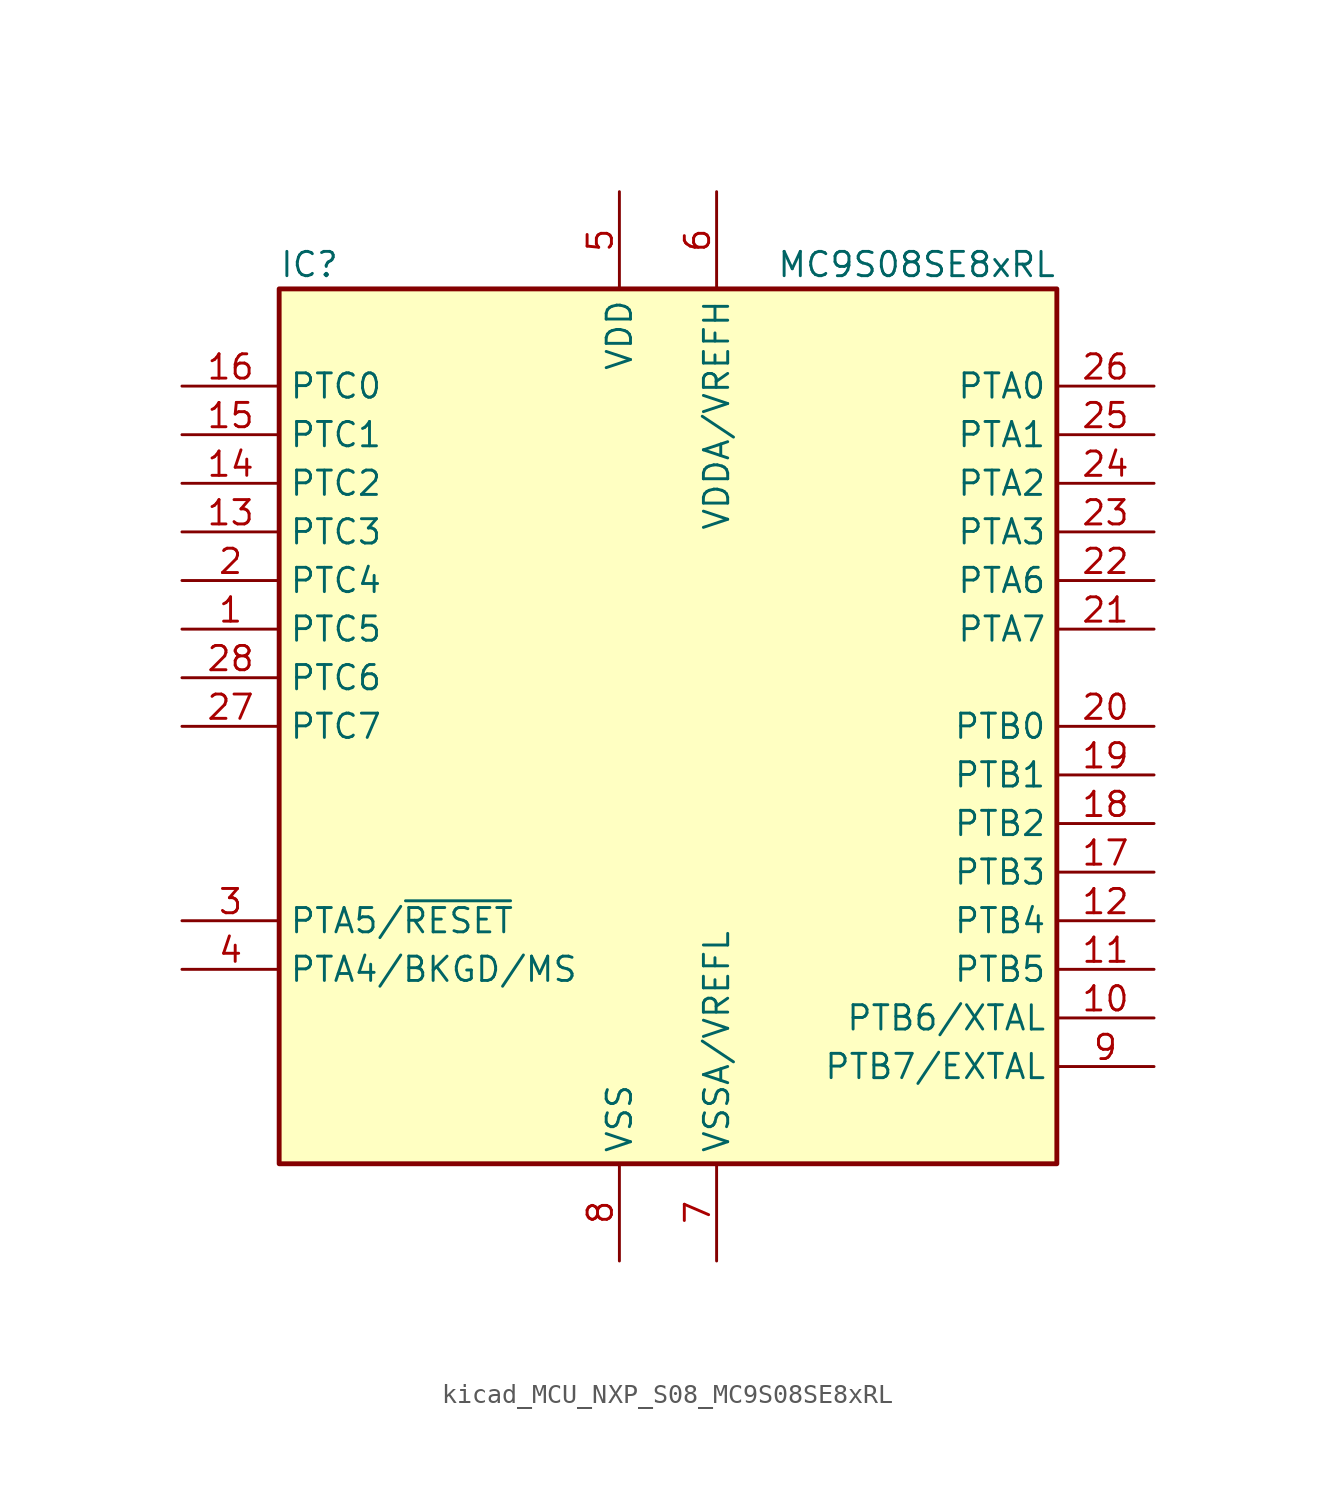
<source format=kicad_sym>
(kicad_symbol_lib
  (version 20220914)
  (generator kicad_symbol_editor)
  (symbol "kicad_MCU_NXP_S08_MC9S08SE8xRL"
    (property "Reference" "IC"
      (at -20.32 24.13 0)
      (effects (font (size 1.27 1.27)) (justify left)))
    (property "Value" "MC9S08SE8xRL"
      (at 20.32 24.13 0)
      (effects (font (size 1.27 1.27)) (justify right)))
    (symbol "kicad_MCU_NXP_S08_MC9S08SE8xRL_0_1"
      (rectangle (start -20.32 22.86) (end 20.32 -22.86) (stroke (width 0.254) (type default)) (fill (type background))))
    (symbol "kicad_MCU_NXP_S08_MC9S08SE8xRL_1_1"
      (pin bidirectional line (at -25.4 5.08 0) (length 5.08) (name "PTC5" (effects (font (size 1.27 1.27)))) (number "1" (effects (font (size 1.27 1.27)))))
      (pin bidirectional line (at 25.4 -15.24 180) (length 5.08) (name "PTB6/XTAL" (effects (font (size 1.27 1.27)))) (number "10" (effects (font (size 1.27 1.27)))))
      (pin bidirectional line (at 25.4 -12.7 180) (length 5.08) (name "PTB5" (effects (font (size 1.27 1.27)))) (number "11" (effects (font (size 1.27 1.27)))))
      (pin bidirectional line (at 25.4 -10.16 180) (length 5.08) (name "PTB4" (effects (font (size 1.27 1.27)))) (number "12" (effects (font (size 1.27 1.27)))))
      (pin bidirectional line (at -25.4 10.16 0) (length 5.08) (name "PTC3" (effects (font (size 1.27 1.27)))) (number "13" (effects (font (size 1.27 1.27)))))
      (pin bidirectional line (at -25.4 12.7 0) (length 5.08) (name "PTC2" (effects (font (size 1.27 1.27)))) (number "14" (effects (font (size 1.27 1.27)))))
      (pin bidirectional line (at -25.4 15.24 0) (length 5.08) (name "PTC1" (effects (font (size 1.27 1.27)))) (number "15" (effects (font (size 1.27 1.27)))))
      (pin bidirectional line (at -25.4 17.78 0) (length 5.08) (name "PTC0" (effects (font (size 1.27 1.27)))) (number "16" (effects (font (size 1.27 1.27)))))
      (pin bidirectional line (at 25.4 -7.62 180) (length 5.08) (name "PTB3" (effects (font (size 1.27 1.27)))) (number "17" (effects (font (size 1.27 1.27)))))
      (pin bidirectional line (at 25.4 -5.08 180) (length 5.08) (name "PTB2" (effects (font (size 1.27 1.27)))) (number "18" (effects (font (size 1.27 1.27)))))
      (pin bidirectional line (at 25.4 -2.54 180) (length 5.08) (name "PTB1" (effects (font (size 1.27 1.27)))) (number "19" (effects (font (size 1.27 1.27)))))
      (pin bidirectional line (at -25.4 7.62 0) (length 5.08) (name "PTC4" (effects (font (size 1.27 1.27)))) (number "2" (effects (font (size 1.27 1.27)))))
      (pin bidirectional line (at 25.4 0 180) (length 5.08) (name "PTB0" (effects (font (size 1.27 1.27)))) (number "20" (effects (font (size 1.27 1.27)))))
      (pin bidirectional line (at 25.4 5.08 180) (length 5.08) (name "PTA7" (effects (font (size 1.27 1.27)))) (number "21" (effects (font (size 1.27 1.27)))))
      (pin bidirectional line (at 25.4 7.62 180) (length 5.08) (name "PTA6" (effects (font (size 1.27 1.27)))) (number "22" (effects (font (size 1.27 1.27)))))
      (pin bidirectional line (at 25.4 10.16 180) (length 5.08) (name "PTA3" (effects (font (size 1.27 1.27)))) (number "23" (effects (font (size 1.27 1.27)))))
      (pin bidirectional line (at 25.4 12.7 180) (length 5.08) (name "PTA2" (effects (font (size 1.27 1.27)))) (number "24" (effects (font (size 1.27 1.27)))))
      (pin bidirectional line (at 25.4 15.24 180) (length 5.08) (name "PTA1" (effects (font (size 1.27 1.27)))) (number "25" (effects (font (size 1.27 1.27)))))
      (pin bidirectional line (at 25.4 17.78 180) (length 5.08) (name "PTA0" (effects (font (size 1.27 1.27)))) (number "26" (effects (font (size 1.27 1.27)))))
      (pin bidirectional line (at -25.4 0 0) (length 5.08) (name "PTC7" (effects (font (size 1.27 1.27)))) (number "27" (effects (font (size 1.27 1.27)))))
      (pin bidirectional line (at -25.4 2.54 0) (length 5.08) (name "PTC6" (effects (font (size 1.27 1.27)))) (number "28" (effects (font (size 1.27 1.27)))))
      (pin bidirectional line (at -25.4 -10.16 0) (length 5.08) (name "PTA5/~{RESET}" (effects (font (size 1.27 1.27)))) (number "3" (effects (font (size 1.27 1.27)))))
      (pin bidirectional line (at -25.4 -12.7 0) (length 5.08) (name "PTA4/BKGD/MS" (effects (font (size 1.27 1.27)))) (number "4" (effects (font (size 1.27 1.27)))))
      (pin power_in line (at -2.54 27.94 270) (length 5.08) (name "VDD" (effects (font (size 1.27 1.27)))) (number "5" (effects (font (size 1.27 1.27)))))
      (pin power_in line (at 2.54 27.94 270) (length 5.08) (name "VDDA/VREFH" (effects (font (size 1.27 1.27)))) (number "6" (effects (font (size 1.27 1.27)))))
      (pin power_in line (at 2.54 -27.94 90) (length 5.08) (name "VSSA/VREFL" (effects (font (size 1.27 1.27)))) (number "7" (effects (font (size 1.27 1.27)))))
      (pin power_in line (at -2.54 -27.94 90) (length 5.08) (name "VSS" (effects (font (size 1.27 1.27)))) (number "8" (effects (font (size 1.27 1.27)))))
      (pin bidirectional line (at 25.4 -17.78 180) (length 5.08) (name "PTB7/EXTAL" (effects (font (size 1.27 1.27)))) (number "9" (effects (font (size 1.27 1.27))))))))
</source>
